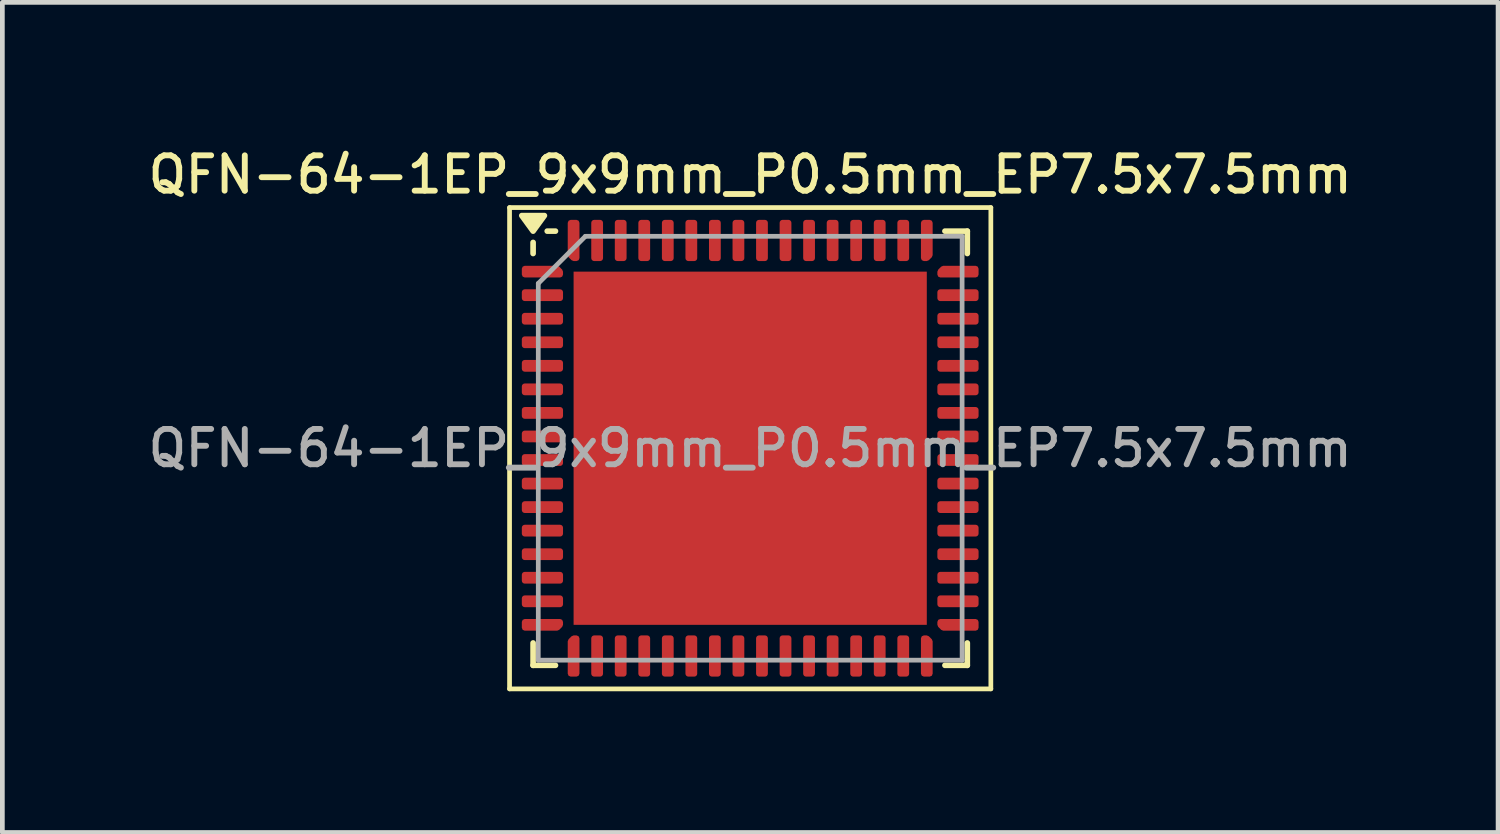
<source format=kicad_pcb>
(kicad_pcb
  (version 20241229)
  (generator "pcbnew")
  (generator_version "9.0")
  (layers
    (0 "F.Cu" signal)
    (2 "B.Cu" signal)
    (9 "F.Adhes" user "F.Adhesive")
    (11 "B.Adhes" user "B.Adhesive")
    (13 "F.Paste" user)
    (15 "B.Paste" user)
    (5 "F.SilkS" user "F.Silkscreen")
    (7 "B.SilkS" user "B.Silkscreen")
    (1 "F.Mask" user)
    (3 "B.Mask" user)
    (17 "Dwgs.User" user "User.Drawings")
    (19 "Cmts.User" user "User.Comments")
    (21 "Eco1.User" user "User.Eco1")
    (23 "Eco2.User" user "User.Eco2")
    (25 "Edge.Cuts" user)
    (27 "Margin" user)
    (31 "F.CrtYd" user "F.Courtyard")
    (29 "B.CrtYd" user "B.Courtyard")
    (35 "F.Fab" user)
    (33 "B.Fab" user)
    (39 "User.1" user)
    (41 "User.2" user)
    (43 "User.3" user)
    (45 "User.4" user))
  (footprint "QFN-64-1EP_9x9mm_P0.5mm_EP7.5x7.5mm"
    (layer "F.Cu")
    (at 12.88 6.468)
    (property "Reference" "QFN-64-1EP_9x9mm_P0.5mm_EP7.5x7.5mm" (at 0 -5.81 0) (layer "F.SilkS") (effects (font (size 0.75 0.75) (thickness 0.125))))
    (attr smd)
    (fp_line (start -5.11 -5.11) (end -5.11 5.11) (stroke (width 0.1) (type solid)) (layer "F.SilkS"))
    (fp_line (start -5.11 5.11) (end 5.11 5.11) (stroke (width 0.1) (type solid)) (layer "F.SilkS"))
    (fp_line (start -4.61 -4.135) (end -4.61 -4.37) (stroke (width 0.12) (type solid)) (layer "F.SilkS"))
    (fp_line (start -4.61 4.61) (end -4.61 4.135) (stroke (width 0.12) (type solid)) (layer "F.SilkS"))
    (fp_line (start -4.135 -4.61) (end -4.31 -4.61) (stroke (width 0.12) (type solid)) (layer "F.SilkS"))
    (fp_line (start -4.135 4.61) (end -4.61 4.61) (stroke (width 0.12) (type solid)) (layer "F.SilkS"))
    (fp_line (start 4.135 -4.61) (end 4.61 -4.61) (stroke (width 0.12) (type solid)) (layer "F.SilkS"))
    (fp_line (start 4.135 4.61) (end 4.61 4.61) (stroke (width 0.12) (type solid)) (layer "F.SilkS"))
    (fp_line (start 4.61 -4.61) (end 4.61 -4.135) (stroke (width 0.12) (type solid)) (layer "F.SilkS"))
    (fp_line (start 4.61 4.61) (end 4.61 4.135) (stroke (width 0.12) (type solid)) (layer "F.SilkS"))
    (fp_line (start 5.11 -5.11) (end -5.11 -5.11) (stroke (width 0.1) (type solid)) (layer "F.SilkS"))
    (fp_line (start 5.11 5.11) (end 5.11 -5.11) (stroke (width 0.1) (type solid)) (layer "F.SilkS"))
    (fp_poly (pts (xy -4.61 -4.61) (xy -4.85 -4.94) (xy -4.37 -4.94) (xy -4.61 -4.61)) (stroke (width 0.12) (type solid)) (fill yes) (layer "F.SilkS"))
    (fp_line (start -4.5 -3.5) (end -3.5 -4.5) (stroke (width 0.1) (type solid)) (layer "F.Fab"))
    (fp_line (start -4.5 4.5) (end -4.5 -3.5) (stroke (width 0.1) (type solid)) (layer "F.Fab"))
    (fp_line (start -3.5 -4.5) (end 4.5 -4.5) (stroke (width 0.1) (type solid)) (layer "F.Fab"))
    (fp_line (start 4.5 -4.5) (end 4.5 4.5) (stroke (width 0.1) (type solid)) (layer "F.Fab"))
    (fp_line (start 4.5 4.5) (end -4.5 4.5) (stroke (width 0.1) (type solid)) (layer "F.Fab"))
    (fp_text user "${REFERENCE}" (at 0 0 0) (layer "F.Fab") (effects (font (size 0.75 0.75) (thickness 0.125))))
    (pad "" smd roundrect (at -3.125 -3.125) (size 1.01 1.01) (layers "F.Paste") (roundrect_rratio 0.248))
    (pad "" smd roundrect (at -3.125 -1.875) (size 1.01 1.01) (layers "F.Paste") (roundrect_rratio 0.248))
    (pad "" smd roundrect (at -3.125 -0.625) (size 1.01 1.01) (layers "F.Paste") (roundrect_rratio 0.248))
    (pad "" smd roundrect (at -3.125 0.625) (size 1.01 1.01) (layers "F.Paste") (roundrect_rratio 0.248))
    (pad "" smd roundrect (at -3.125 1.875) (size 1.01 1.01) (layers "F.Paste") (roundrect_rratio 0.248))
    (pad "" smd roundrect (at -3.125 3.125) (size 1.01 1.01) (layers "F.Paste") (roundrect_rratio 0.248))
    (pad "" smd roundrect (at -1.875 -3.125) (size 1.01 1.01) (layers "F.Paste") (roundrect_rratio 0.248))
    (pad "" smd roundrect (at -1.875 -1.875) (size 1.01 1.01) (layers "F.Paste") (roundrect_rratio 0.248))
    (pad "" smd roundrect (at -1.875 -0.625) (size 1.01 1.01) (layers "F.Paste") (roundrect_rratio 0.248))
    (pad "" smd roundrect (at -1.875 0.625) (size 1.01 1.01) (layers "F.Paste") (roundrect_rratio 0.248))
    (pad "" smd roundrect (at -1.875 1.875) (size 1.01 1.01) (layers "F.Paste") (roundrect_rratio 0.248))
    (pad "" smd roundrect (at -1.875 3.125) (size 1.01 1.01) (layers "F.Paste") (roundrect_rratio 0.248))
    (pad "" smd roundrect (at -0.625 -3.125) (size 1.01 1.01) (layers "F.Paste") (roundrect_rratio 0.248))
    (pad "" smd roundrect (at -0.625 -1.875) (size 1.01 1.01) (layers "F.Paste") (roundrect_rratio 0.248))
    (pad "" smd roundrect (at -0.625 -0.625) (size 1.01 1.01) (layers "F.Paste") (roundrect_rratio 0.248))
    (pad "" smd roundrect (at -0.625 0.625) (size 1.01 1.01) (layers "F.Paste") (roundrect_rratio 0.248))
    (pad "" smd roundrect (at -0.625 1.875) (size 1.01 1.01) (layers "F.Paste") (roundrect_rratio 0.248))
    (pad "" smd roundrect (at -0.625 3.125) (size 1.01 1.01) (layers "F.Paste") (roundrect_rratio 0.248))
    (pad "" smd roundrect (at 0.625 -3.125) (size 1.01 1.01) (layers "F.Paste") (roundrect_rratio 0.248))
    (pad "" smd roundrect (at 0.625 -1.875) (size 1.01 1.01) (layers "F.Paste") (roundrect_rratio 0.248))
    (pad "" smd roundrect (at 0.625 -0.625) (size 1.01 1.01) (layers "F.Paste") (roundrect_rratio 0.248))
    (pad "" smd roundrect (at 0.625 0.625) (size 1.01 1.01) (layers "F.Paste") (roundrect_rratio 0.248))
    (pad "" smd roundrect (at 0.625 1.875) (size 1.01 1.01) (layers "F.Paste") (roundrect_rratio 0.248))
    (pad "" smd roundrect (at 0.625 3.125) (size 1.01 1.01) (layers "F.Paste") (roundrect_rratio 0.248))
    (pad "" smd roundrect (at 1.875 -3.125) (size 1.01 1.01) (layers "F.Paste") (roundrect_rratio 0.248))
    (pad "" smd roundrect (at 1.875 -1.875) (size 1.01 1.01) (layers "F.Paste") (roundrect_rratio 0.248))
    (pad "" smd roundrect (at 1.875 -0.625) (size 1.01 1.01) (layers "F.Paste") (roundrect_rratio 0.248))
    (pad "" smd roundrect (at 1.875 0.625) (size 1.01 1.01) (layers "F.Paste") (roundrect_rratio 0.248))
    (pad "" smd roundrect (at 1.875 1.875) (size 1.01 1.01) (layers "F.Paste") (roundrect_rratio 0.248))
    (pad "" smd roundrect (at 1.875 3.125) (size 1.01 1.01) (layers "F.Paste") (roundrect_rratio 0.248))
    (pad "" smd roundrect (at 3.125 -3.125) (size 1.01 1.01) (layers "F.Paste") (roundrect_rratio 0.248))
    (pad "" smd roundrect (at 3.125 -1.875) (size 1.01 1.01) (layers "F.Paste") (roundrect_rratio 0.248))
    (pad "" smd roundrect (at 3.125 -0.625) (size 1.01 1.01) (layers "F.Paste") (roundrect_rratio 0.248))
    (pad "" smd roundrect (at 3.125 0.625) (size 1.01 1.01) (layers "F.Paste") (roundrect_rratio 0.248))
    (pad "" smd roundrect (at 3.125 1.875) (size 1.01 1.01) (layers "F.Paste") (roundrect_rratio 0.248))
    (pad "" smd roundrect (at 3.125 3.125) (size 1.01 1.01) (layers "F.Paste") (roundrect_rratio 0.248))
    (pad "1" smd custom (at -4.412 -3.75) (size 0.179 0.179) (layers "F.Cu" "F.Mask" "F.Paste") (options (anchor circle)) (primitives (gr_poly (pts (xy -0.375 -0.062) (xy 0.312 -0.062) (xy 0.375 0.001) (xy 0.375 0.062) (xy -0.375 0.062)) (width 0.125) (fill yes))))
    (pad "2" smd roundrect (at -4.412 -3.25) (size 0.875 0.25) (layers "F.Cu" "F.Mask" "F.Paste") (roundrect_rratio 0.25))
    (pad "3" smd roundrect (at -4.412 -2.75) (size 0.875 0.25) (layers "F.Cu" "F.Mask" "F.Paste") (roundrect_rratio 0.25))
    (pad "4" smd roundrect (at -4.412 -2.25) (size 0.875 0.25) (layers "F.Cu" "F.Mask" "F.Paste") (roundrect_rratio 0.25))
    (pad "5" smd roundrect (at -4.412 -1.75) (size 0.875 0.25) (layers "F.Cu" "F.Mask" "F.Paste") (roundrect_rratio 0.25))
    (pad "6" smd roundrect (at -4.412 -1.25) (size 0.875 0.25) (layers "F.Cu" "F.Mask" "F.Paste") (roundrect_rratio 0.25))
    (pad "7" smd roundrect (at -4.412 -0.75) (size 0.875 0.25) (layers "F.Cu" "F.Mask" "F.Paste") (roundrect_rratio 0.25))
    (pad "8" smd roundrect (at -4.412 -0.25) (size 0.875 0.25) (layers "F.Cu" "F.Mask" "F.Paste") (roundrect_rratio 0.25))
    (pad "9" smd roundrect (at -4.412 0.25) (size 0.875 0.25) (layers "F.Cu" "F.Mask" "F.Paste") (roundrect_rratio 0.25))
    (pad "10" smd roundrect (at -4.412 0.75) (size 0.875 0.25) (layers "F.Cu" "F.Mask" "F.Paste") (roundrect_rratio 0.25))
    (pad "11" smd roundrect (at -4.412 1.25) (size 0.875 0.25) (layers "F.Cu" "F.Mask" "F.Paste") (roundrect_rratio 0.25))
    (pad "12" smd roundrect (at -4.412 1.75) (size 0.875 0.25) (layers "F.Cu" "F.Mask" "F.Paste") (roundrect_rratio 0.25))
    (pad "13" smd roundrect (at -4.412 2.25) (size 0.875 0.25) (layers "F.Cu" "F.Mask" "F.Paste") (roundrect_rratio 0.25))
    (pad "14" smd roundrect (at -4.412 2.75) (size 0.875 0.25) (layers "F.Cu" "F.Mask" "F.Paste") (roundrect_rratio 0.25))
    (pad "15" smd roundrect (at -4.412 3.25) (size 0.875 0.25) (layers "F.Cu" "F.Mask" "F.Paste") (roundrect_rratio 0.25))
    (pad "16" smd custom (at -4.412 3.75) (size 0.179 0.179) (layers "F.Cu" "F.Mask" "F.Paste") (options (anchor circle)) (primitives (gr_poly (pts (xy -0.375 -0.062) (xy 0.375 -0.062) (xy 0.375 -0.001) (xy 0.312 0.062) (xy -0.375 0.062)) (width 0.125) (fill yes))))
    (pad "17" smd custom (at -3.75 4.412) (size 0.179 0.179) (layers "F.Cu" "F.Mask" "F.Paste") (options (anchor circle)) (primitives (gr_poly (pts (xy -0.062 -0.312) (xy 0.001 -0.375) (xy 0.062 -0.375) (xy 0.062 0.375) (xy -0.062 0.375)) (width 0.125) (fill yes))))
    (pad "18" smd roundrect (at -3.25 4.412) (size 0.25 0.875) (layers "F.Cu" "F.Mask" "F.Paste") (roundrect_rratio 0.25))
    (pad "19" smd roundrect (at -2.75 4.412) (size 0.25 0.875) (layers "F.Cu" "F.Mask" "F.Paste") (roundrect_rratio 0.25))
    (pad "20" smd roundrect (at -2.25 4.412) (size 0.25 0.875) (layers "F.Cu" "F.Mask" "F.Paste") (roundrect_rratio 0.25))
    (pad "21" smd roundrect (at -1.75 4.412) (size 0.25 0.875) (layers "F.Cu" "F.Mask" "F.Paste") (roundrect_rratio 0.25))
    (pad "22" smd roundrect (at -1.25 4.412) (size 0.25 0.875) (layers "F.Cu" "F.Mask" "F.Paste") (roundrect_rratio 0.25))
    (pad "23" smd roundrect (at -0.75 4.412) (size 0.25 0.875) (layers "F.Cu" "F.Mask" "F.Paste") (roundrect_rratio 0.25))
    (pad "24" smd roundrect (at -0.25 4.412) (size 0.25 0.875) (layers "F.Cu" "F.Mask" "F.Paste") (roundrect_rratio 0.25))
    (pad "25" smd roundrect (at 0.25 4.412) (size 0.25 0.875) (layers "F.Cu" "F.Mask" "F.Paste") (roundrect_rratio 0.25))
    (pad "26" smd roundrect (at 0.75 4.412) (size 0.25 0.875) (layers "F.Cu" "F.Mask" "F.Paste") (roundrect_rratio 0.25))
    (pad "27" smd roundrect (at 1.25 4.412) (size 0.25 0.875) (layers "F.Cu" "F.Mask" "F.Paste") (roundrect_rratio 0.25))
    (pad "28" smd roundrect (at 1.75 4.412) (size 0.25 0.875) (layers "F.Cu" "F.Mask" "F.Paste") (roundrect_rratio 0.25))
    (pad "29" smd roundrect (at 2.25 4.412) (size 0.25 0.875) (layers "F.Cu" "F.Mask" "F.Paste") (roundrect_rratio 0.25))
    (pad "30" smd roundrect (at 2.75 4.412) (size 0.25 0.875) (layers "F.Cu" "F.Mask" "F.Paste") (roundrect_rratio 0.25))
    (pad "31" smd roundrect (at 3.25 4.412) (size 0.25 0.875) (layers "F.Cu" "F.Mask" "F.Paste") (roundrect_rratio 0.25))
    (pad "32" smd custom (at 3.75 4.412) (size 0.179 0.179) (layers "F.Cu" "F.Mask" "F.Paste") (options (anchor circle)) (primitives (gr_poly (pts (xy -0.062 -0.375) (xy -0.001 -0.375) (xy 0.062 -0.312) (xy 0.062 0.375) (xy -0.062 0.375)) (width 0.125) (fill yes))))
    (pad "33" smd custom (at 4.412 3.75) (size 0.179 0.179) (layers "F.Cu" "F.Mask" "F.Paste") (options (anchor circle)) (primitives (gr_poly (pts (xy -0.375 -0.062) (xy 0.375 -0.062) (xy 0.375 0.062) (xy -0.312 0.062) (xy -0.375 -0.001)) (width 0.125) (fill yes))))
    (pad "34" smd roundrect (at 4.412 3.25) (size 0.875 0.25) (layers "F.Cu" "F.Mask" "F.Paste") (roundrect_rratio 0.25))
    (pad "35" smd roundrect (at 4.412 2.75) (size 0.875 0.25) (layers "F.Cu" "F.Mask" "F.Paste") (roundrect_rratio 0.25))
    (pad "36" smd roundrect (at 4.412 2.25) (size 0.875 0.25) (layers "F.Cu" "F.Mask" "F.Paste") (roundrect_rratio 0.25))
    (pad "37" smd roundrect (at 4.412 1.75) (size 0.875 0.25) (layers "F.Cu" "F.Mask" "F.Paste") (roundrect_rratio 0.25))
    (pad "38" smd roundrect (at 4.412 1.25) (size 0.875 0.25) (layers "F.Cu" "F.Mask" "F.Paste") (roundrect_rratio 0.25))
    (pad "39" smd roundrect (at 4.412 0.75) (size 0.875 0.25) (layers "F.Cu" "F.Mask" "F.Paste") (roundrect_rratio 0.25))
    (pad "40" smd roundrect (at 4.412 0.25) (size 0.875 0.25) (layers "F.Cu" "F.Mask" "F.Paste") (roundrect_rratio 0.25))
    (pad "41" smd roundrect (at 4.412 -0.25) (size 0.875 0.25) (layers "F.Cu" "F.Mask" "F.Paste") (roundrect_rratio 0.25))
    (pad "42" smd roundrect (at 4.412 -0.75) (size 0.875 0.25) (layers "F.Cu" "F.Mask" "F.Paste") (roundrect_rratio 0.25))
    (pad "43" smd roundrect (at 4.412 -1.25) (size 0.875 0.25) (layers "F.Cu" "F.Mask" "F.Paste") (roundrect_rratio 0.25))
    (pad "44" smd roundrect (at 4.412 -1.75) (size 0.875 0.25) (layers "F.Cu" "F.Mask" "F.Paste") (roundrect_rratio 0.25))
    (pad "45" smd roundrect (at 4.412 -2.25) (size 0.875 0.25) (layers "F.Cu" "F.Mask" "F.Paste") (roundrect_rratio 0.25))
    (pad "46" smd roundrect (at 4.412 -2.75) (size 0.875 0.25) (layers "F.Cu" "F.Mask" "F.Paste") (roundrect_rratio 0.25))
    (pad "47" smd roundrect (at 4.412 -3.25) (size 0.875 0.25) (layers "F.Cu" "F.Mask" "F.Paste") (roundrect_rratio 0.25))
    (pad "48" smd custom (at 4.412 -3.75) (size 0.179 0.179) (layers "F.Cu" "F.Mask" "F.Paste") (options (anchor circle)) (primitives (gr_poly (pts (xy -0.375 0.001) (xy -0.312 -0.062) (xy 0.375 -0.062) (xy 0.375 0.062) (xy -0.375 0.062)) (width 0.125) (fill yes))))
    (pad "49" smd custom (at 3.75 -4.412) (size 0.179 0.179) (layers "F.Cu" "F.Mask" "F.Paste") (options (anchor circle)) (primitives (gr_poly (pts (xy -0.062 -0.375) (xy 0.062 -0.375) (xy 0.062 0.312) (xy -0.001 0.375) (xy -0.062 0.375)) (width 0.125) (fill yes))))
    (pad "50" smd roundrect (at 3.25 -4.412) (size 0.25 0.875) (layers "F.Cu" "F.Mask" "F.Paste") (roundrect_rratio 0.25))
    (pad "51" smd roundrect (at 2.75 -4.412) (size 0.25 0.875) (layers "F.Cu" "F.Mask" "F.Paste") (roundrect_rratio 0.25))
    (pad "52" smd roundrect (at 2.25 -4.412) (size 0.25 0.875) (layers "F.Cu" "F.Mask" "F.Paste") (roundrect_rratio 0.25))
    (pad "53" smd roundrect (at 1.75 -4.412) (size 0.25 0.875) (layers "F.Cu" "F.Mask" "F.Paste") (roundrect_rratio 0.25))
    (pad "54" smd roundrect (at 1.25 -4.412) (size 0.25 0.875) (layers "F.Cu" "F.Mask" "F.Paste") (roundrect_rratio 0.25))
    (pad "55" smd roundrect (at 0.75 -4.412) (size 0.25 0.875) (layers "F.Cu" "F.Mask" "F.Paste") (roundrect_rratio 0.25))
    (pad "56" smd roundrect (at 0.25 -4.412) (size 0.25 0.875) (layers "F.Cu" "F.Mask" "F.Paste") (roundrect_rratio 0.25))
    (pad "57" smd roundrect (at -0.25 -4.412) (size 0.25 0.875) (layers "F.Cu" "F.Mask" "F.Paste") (roundrect_rratio 0.25))
    (pad "58" smd roundrect (at -0.75 -4.412) (size 0.25 0.875) (layers "F.Cu" "F.Mask" "F.Paste") (roundrect_rratio 0.25))
    (pad "59" smd roundrect (at -1.25 -4.412) (size 0.25 0.875) (layers "F.Cu" "F.Mask" "F.Paste") (roundrect_rratio 0.25))
    (pad "60" smd roundrect (at -1.75 -4.412) (size 0.25 0.875) (layers "F.Cu" "F.Mask" "F.Paste") (roundrect_rratio 0.25))
    (pad "61" smd roundrect (at -2.25 -4.412) (size 0.25 0.875) (layers "F.Cu" "F.Mask" "F.Paste") (roundrect_rratio 0.25))
    (pad "62" smd roundrect (at -2.75 -4.412) (size 0.25 0.875) (layers "F.Cu" "F.Mask" "F.Paste") (roundrect_rratio 0.25))
    (pad "63" smd roundrect (at -3.25 -4.412) (size 0.25 0.875) (layers "F.Cu" "F.Mask" "F.Paste") (roundrect_rratio 0.25))
    (pad "64" smd custom (at -3.75 -4.412) (size 0.179 0.179) (layers "F.Cu" "F.Mask" "F.Paste") (options (anchor circle)) (primitives (gr_poly (pts (xy -0.062 -0.375) (xy 0.062 -0.375) (xy 0.062 0.375) (xy 0.001 0.375) (xy -0.062 0.312)) (width 0.125) (fill yes))))
    (pad "65" smd rect (at 0 0) (size 7.5 7.5) (property pad_prop_heatsink) (layers "F.Cu" "F.Mask")))
  (gr_rect
    (start -3 -3)
    (end 28.761 14.628)
    (stroke (width 0.1) (type default))
    (fill no)
    (layer "Edge.Cuts")))
</source>
